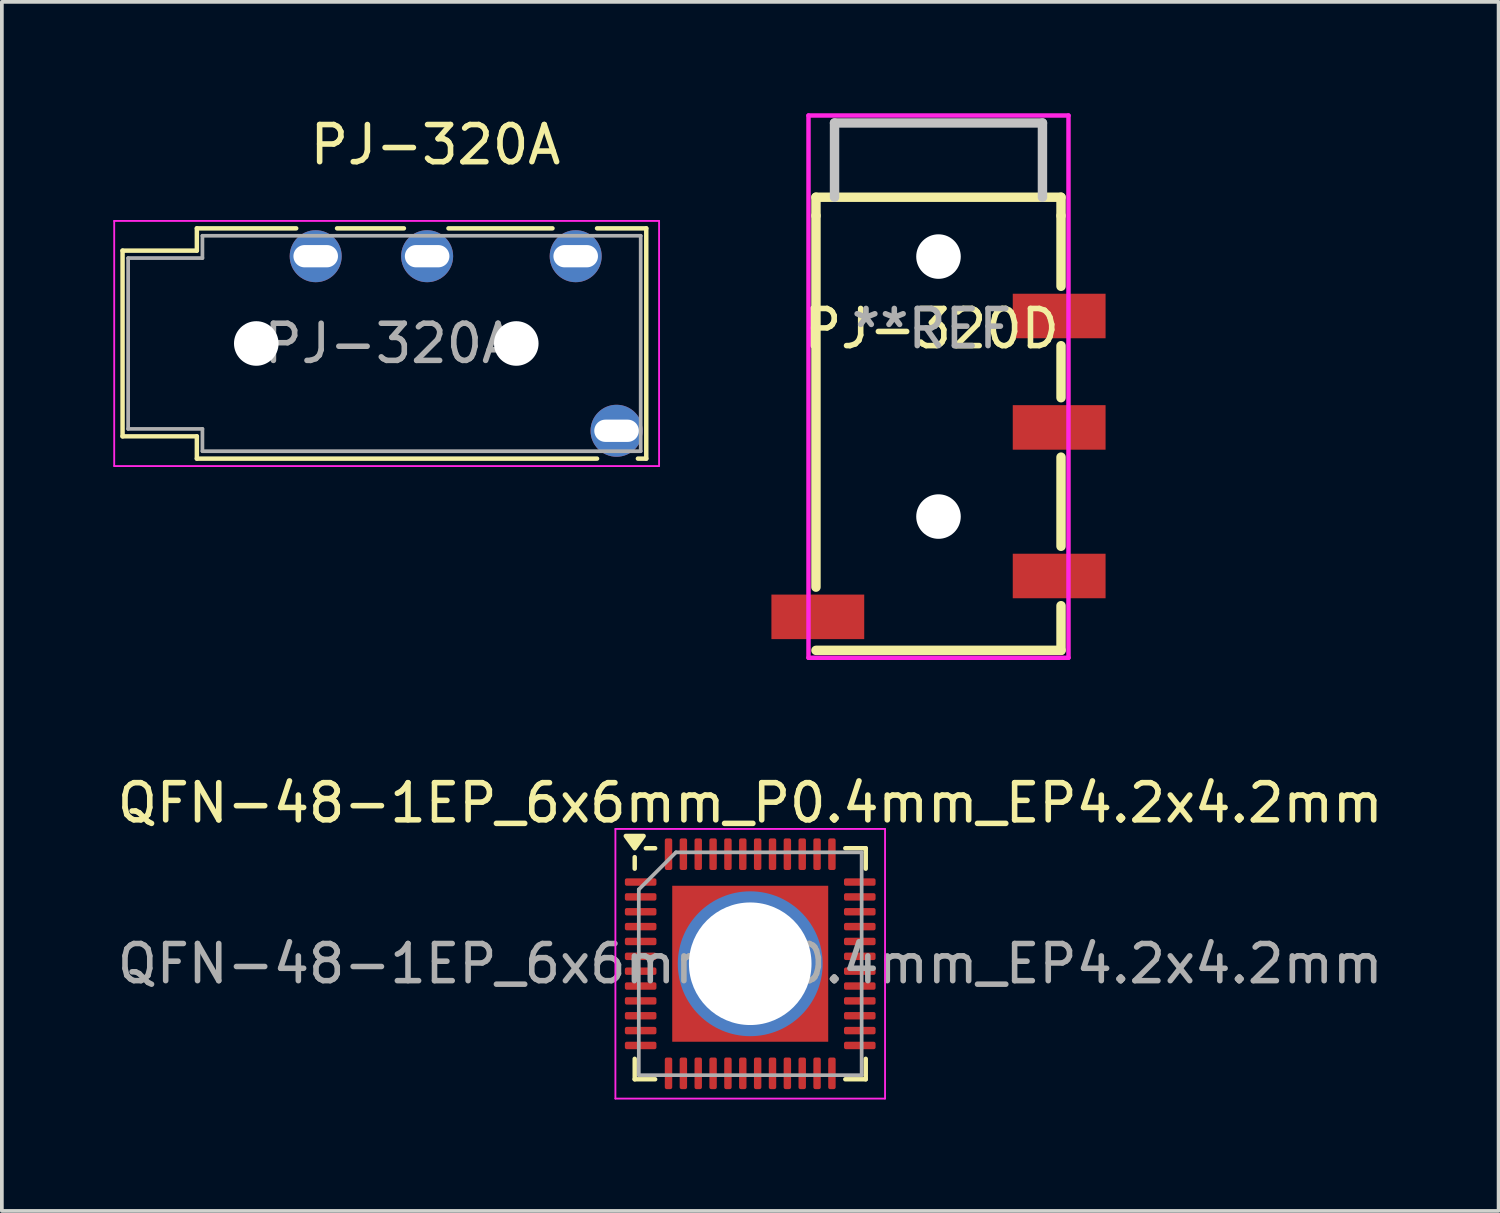
<source format=kicad_pcb>
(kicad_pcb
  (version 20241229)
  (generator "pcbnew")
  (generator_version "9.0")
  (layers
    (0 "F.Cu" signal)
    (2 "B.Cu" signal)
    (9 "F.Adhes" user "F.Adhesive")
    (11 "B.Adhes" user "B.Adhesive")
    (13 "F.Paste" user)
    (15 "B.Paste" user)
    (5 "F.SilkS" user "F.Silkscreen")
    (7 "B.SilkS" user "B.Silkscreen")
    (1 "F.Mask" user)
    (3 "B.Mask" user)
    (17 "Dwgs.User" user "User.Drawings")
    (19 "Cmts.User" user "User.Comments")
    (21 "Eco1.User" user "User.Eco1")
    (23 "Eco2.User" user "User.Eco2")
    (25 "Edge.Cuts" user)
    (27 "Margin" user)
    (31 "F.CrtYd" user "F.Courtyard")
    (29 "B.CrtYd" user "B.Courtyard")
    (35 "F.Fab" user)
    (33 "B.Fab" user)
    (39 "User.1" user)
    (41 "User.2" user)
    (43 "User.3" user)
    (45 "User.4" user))
  (footprint "PJ-320A"
    (layer "F.Cu")
    (at 8.625 6.198)
    (property "Reference" "PJ-320A" (at 0.05 -5.35 0) (layer "F.SilkS") (effects (font (size 1 1) (thickness 0.15))))
    (attr smd)
    (fp_line (start -8.375 -2.5) (end -8.375 2.5) (stroke (width 0.12) (type solid)) (layer "F.SilkS"))
    (fp_line (start -6.375 -3.1) (end -6.375 -2.5) (stroke (width 0.12) (type solid)) (layer "F.SilkS"))
    (fp_line (start -6.375 -3.1) (end -3.7 -3.1) (stroke (width 0.12) (type solid)) (layer "F.SilkS"))
    (fp_line (start -6.375 -2.5) (end -8.375 -2.5) (stroke (width 0.12) (type solid)) (layer "F.SilkS"))
    (fp_line (start -6.375 2.5) (end -8.375 2.5) (stroke (width 0.12) (type solid)) (layer "F.SilkS"))
    (fp_line (start -6.375 2.5) (end -6.375 3.1) (stroke (width 0.12) (type solid)) (layer "F.SilkS"))
    (fp_line (start -2.6 -3.1) (end -0.8 -3.1) (stroke (width 0.12) (type solid)) (layer "F.SilkS"))
    (fp_line (start 0.4 -3.1) (end 3.2 -3.1) (stroke (width 0.12) (type solid)) (layer "F.SilkS"))
    (fp_line (start 4.4 -3.1) (end 5.725 -3.1) (stroke (width 0.12) (type solid)) (layer "F.SilkS"))
    (fp_line (start 4.4 3.1) (end -6.375 3.1) (stroke (width 0.12) (type solid)) (layer "F.SilkS"))
    (fp_line (start 5.725 3.1) (end 5.5 3.1) (stroke (width 0.12) (type solid)) (layer "F.SilkS"))
    (fp_line (start 5.725 3.1) (end 5.725 -3.1) (stroke (width 0.12) (type solid)) (layer "F.SilkS"))
    (fp_line (start -8.6 -3.3) (end 6.07 -3.3) (stroke (width 0.05) (type solid)) (layer "F.CrtYd"))
    (fp_line (start -8.6 3.3) (end -8.6 -3.3) (stroke (width 0.05) (type solid)) (layer "F.CrtYd"))
    (fp_line (start 6.07 3.3) (end -8.6 3.3) (stroke (width 0.05) (type solid)) (layer "F.CrtYd"))
    (fp_line (start 6.07 3.3) (end 6.07 -3.3) (stroke (width 0.05) (type solid)) (layer "F.CrtYd"))
    (fp_line (start -8.225 -2.3) (end -6.225 -2.3) (stroke (width 0.1) (type solid)) (layer "F.Fab"))
    (fp_line (start -8.225 2.3) (end -8.225 -2.3) (stroke (width 0.1) (type solid)) (layer "F.Fab"))
    (fp_line (start -6.225 -2.9) (end 5.575 -2.9) (stroke (width 0.1) (type solid)) (layer "F.Fab"))
    (fp_line (start -6.225 -2.3) (end -6.225 -2.9) (stroke (width 0.1) (type solid)) (layer "F.Fab"))
    (fp_line (start -6.225 2.3) (end -8.225 2.3) (stroke (width 0.1) (type solid)) (layer "F.Fab"))
    (fp_line (start -6.225 2.9) (end -6.225 2.3) (stroke (width 0.1) (type solid)) (layer "F.Fab"))
    (fp_line (start 5.575 -2.9) (end 5.575 2.9) (stroke (width 0.1) (type solid)) (layer "F.Fab"))
    (fp_line (start 5.575 2.9) (end -6.225 2.9) (stroke (width 0.1) (type solid)) (layer "F.Fab"))
    (fp_text user "${REFERENCE}" (at -1.195 0 0) (layer "F.Fab") (effects (font (size 1 1) (thickness 0.15))))
    (pad "" np_thru_hole circle (at -4.775 0) (size 1.2 1.2) (drill 1.2) (layers "*.Cu" "*.Mask"))
    (pad "" np_thru_hole circle (at 2.225 0) (size 1.2 1.2) (drill 1.2) (layers "*.Cu" "*.Mask"))
    (pad "R1" thru_hole circle (at -0.175 -2.35) (size 1.4 1.4) (drill oval 1.2 0.6) (layers "*.Cu" "*.Mask"))
    (pad "R2" thru_hole circle (at -3.175 -2.35) (size 1.4 1.4) (drill oval 1.2 0.6) (layers "*.Cu" "*.Mask"))
    (pad "S" thru_hole circle (at 4.925 2.35) (size 1.4 1.4) (drill oval 1.2 0.6) (layers "*.Cu" "*.Mask"))
    (pad "T" thru_hole circle (at 3.825 -2.35) (size 1.4 1.4) (drill oval 1.2 0.6) (layers "*.Cu" "*.Mask")))
  (footprint "PJ-320D"
    (layer "F.Cu")
    (at 22.218 7.358)
    (property "Reference" "PJ-320D" (at -0.19 -1.558 180) (layer "F.SilkS") (effects (font (size 1 1) (thickness 0.15))))
    (attr smd)
    (fp_line (start -3.299 -5.098) (end -3.299 -4.6) (stroke (width 0.254) (type solid)) (layer "F.SilkS"))
    (fp_line (start -3.299 -4.6) (end -3.299 5.4) (stroke (width 0.254) (type solid)) (layer "F.SilkS"))
    (fp_line (start -2.799 -5.098) (end -3.299 -5.098) (stroke (width 0.254) (type solid)) (layer "F.SilkS"))
    (fp_line (start 2.799 -5.098) (end -2.799 -5.098) (stroke (width 0.254) (type solid)) (layer "F.SilkS"))
    (fp_line (start 3.299 -5.098) (end 2.799 -5.098) (stroke (width 0.254) (type solid)) (layer "F.SilkS"))
    (fp_line (start 3.299 -4.6) (end 3.299 -5.098) (stroke (width 0.254) (type solid)) (layer "F.SilkS"))
    (fp_line (start 3.299 -4.6) (end 3.299 -2.7) (stroke (width 0.254) (type solid)) (layer "F.SilkS"))
    (fp_line (start 3.299 -1.1) (end 3.299 0.3) (stroke (width 0.254) (type solid)) (layer "F.SilkS"))
    (fp_line (start 3.299 1.9) (end 3.299 4.3) (stroke (width 0.254) (type solid)) (layer "F.SilkS"))
    (fp_line (start 3.299 7.102) (end -3.299 7.102) (stroke (width 0.254) (type solid)) (layer "F.SilkS"))
    (fp_line (start 3.299 7.102) (end 3.299 5.9) (stroke (width 0.254) (type solid)) (layer "F.SilkS"))
    (fp_line (start -2.799 -7.097) (end -2.799 -5.098) (stroke (width 0.254) (type solid)) (layer "Dwgs.User"))
    (fp_line (start 2.799 -7.097) (end -2.799 -7.097) (stroke (width 0.254) (type solid)) (layer "Dwgs.User"))
    (fp_line (start 2.799 -5.098) (end 2.799 -7.097) (stroke (width 0.254) (type solid)) (layer "Dwgs.User"))
    (fp_line (start -3.5 -7.298) (end 3.5 -7.298) (stroke (width 0.12) (type solid)) (layer "F.CrtYd"))
    (fp_line (start -3.5 7.302) (end -3.5 -7.298) (stroke (width 0.12) (type solid)) (layer "F.CrtYd"))
    (fp_line (start 3.5 -7.298) (end 3.5 7.302) (stroke (width 0.12) (type solid)) (layer "F.CrtYd"))
    (fp_line (start 3.5 7.302) (end -3.5 7.302) (stroke (width 0.12) (type solid)) (layer "F.CrtYd"))
    (fp_text user "**REF" (at -0.19 -1.558 180) (layer "F.Fab") (effects (font (size 1 1) (thickness 0.15))))
    (pad "" np_thru_hole circle (at 0 -3.5 270) (size 1.199 1.199) (drill 1.199) (layers "*.Cu" "*.Mask"))
    (pad "" np_thru_hole circle (at 0 3.5 270) (size 1.199 1.199) (drill 1.199) (layers "*.Cu" "*.Mask"))
    (pad "R1" smd rect (at 3.249 1.1 270) (size 1.199 2.499) (layers "F.Cu" "F.Mask" "F.Paste"))
    (pad "R2" smd rect (at -3.249 6.2 270) (size 1.199 2.499) (layers "F.Cu" "F.Mask" "F.Paste"))
    (pad "S" smd rect (at 3.249 -1.9 90) (size 1.199 2.499) (layers "F.Cu" "F.Mask" "F.Paste"))
    (pad "T" smd rect (at 3.249 5.1 270) (size 1.199 2.499) (layers "F.Cu" "F.Mask" "F.Paste")))
  (footprint "QFN-48-1EP_6x6mm_P0.4mm_EP4.2x4.2mm"
    (layer "F.Cu")
    (at 17.149 22.898)
    (property "Reference" "QFN-48-1EP_6x6mm_P0.4mm_EP4.2x4.2mm" (at 0 -4.33 0) (layer "F.SilkS") (effects (font (size 1 1) (thickness 0.15))))
    (attr smd)
    (fp_line (start -3.11 -2.56) (end -3.11 -2.87) (stroke (width 0.12) (type solid)) (layer "F.SilkS"))
    (fp_line (start -3.11 3.11) (end -3.11 2.56) (stroke (width 0.12) (type solid)) (layer "F.SilkS"))
    (fp_line (start -2.56 -3.11) (end -2.81 -3.11) (stroke (width 0.12) (type solid)) (layer "F.SilkS"))
    (fp_line (start -2.56 3.11) (end -3.11 3.11) (stroke (width 0.12) (type solid)) (layer "F.SilkS"))
    (fp_line (start 2.56 -3.11) (end 3.11 -3.11) (stroke (width 0.12) (type solid)) (layer "F.SilkS"))
    (fp_line (start 2.56 3.11) (end 3.11 3.11) (stroke (width 0.12) (type solid)) (layer "F.SilkS"))
    (fp_line (start 3.11 -3.11) (end 3.11 -2.56) (stroke (width 0.12) (type solid)) (layer "F.SilkS"))
    (fp_line (start 3.11 3.11) (end 3.11 2.56) (stroke (width 0.12) (type solid)) (layer "F.SilkS"))
    (fp_poly (pts (xy -3.11 -3.11) (xy -3.35 -3.44) (xy -2.87 -3.44) (xy -3.11 -3.11)) (stroke (width 0.12) (type solid)) (fill yes) (layer "F.SilkS"))
    (fp_line (start -3.63 -3.63) (end -3.63 3.63) (stroke (width 0.05) (type solid)) (layer "F.CrtYd"))
    (fp_line (start -3.63 3.63) (end 3.63 3.63) (stroke (width 0.05) (type solid)) (layer "F.CrtYd"))
    (fp_line (start 3.63 -3.63) (end -3.63 -3.63) (stroke (width 0.05) (type solid)) (layer "F.CrtYd"))
    (fp_line (start 3.63 3.63) (end 3.63 -3.63) (stroke (width 0.05) (type solid)) (layer "F.CrtYd"))
    (fp_line (start -3 -2) (end -2 -3) (stroke (width 0.1) (type solid)) (layer "F.Fab"))
    (fp_line (start -3 3) (end -3 -2) (stroke (width 0.1) (type solid)) (layer "F.Fab"))
    (fp_line (start -2 -3) (end 3 -3) (stroke (width 0.1) (type solid)) (layer "F.Fab"))
    (fp_line (start 3 -3) (end 3 3) (stroke (width 0.1) (type solid)) (layer "F.Fab"))
    (fp_line (start 3 3) (end -3 3) (stroke (width 0.1) (type solid)) (layer "F.Fab"))
    (fp_text user "${REFERENCE}" (at 0 0 0) (layer "F.Fab") (effects (font (size 1 1) (thickness 0.15))))
    (pad "1" smd roundrect (at -2.95 -2.2) (size 0.85 0.2) (layers "F.Cu" "F.Mask" "F.Paste") (roundrect_rratio 0.25))
    (pad "2" smd roundrect (at -2.95 -1.8) (size 0.85 0.2) (layers "F.Cu" "F.Mask" "F.Paste") (roundrect_rratio 0.25))
    (pad "3" smd roundrect (at -2.95 -1.4) (size 0.85 0.2) (layers "F.Cu" "F.Mask" "F.Paste") (roundrect_rratio 0.25))
    (pad "4" smd roundrect (at -2.95 -1) (size 0.85 0.2) (layers "F.Cu" "F.Mask" "F.Paste") (roundrect_rratio 0.25))
    (pad "5" smd roundrect (at -2.95 -0.6) (size 0.85 0.2) (layers "F.Cu" "F.Mask" "F.Paste") (roundrect_rratio 0.25))
    (pad "6" smd roundrect (at -2.95 -0.2) (size 0.85 0.2) (layers "F.Cu" "F.Mask" "F.Paste") (roundrect_rratio 0.25))
    (pad "7" smd roundrect (at -2.95 0.2) (size 0.85 0.2) (layers "F.Cu" "F.Mask" "F.Paste") (roundrect_rratio 0.25))
    (pad "8" smd roundrect (at -2.95 0.6) (size 0.85 0.2) (layers "F.Cu" "F.Mask" "F.Paste") (roundrect_rratio 0.25))
    (pad "9" smd roundrect (at -2.95 1) (size 0.85 0.2) (layers "F.Cu" "F.Mask" "F.Paste") (roundrect_rratio 0.25))
    (pad "10" smd roundrect (at -2.95 1.4) (size 0.85 0.2) (layers "F.Cu" "F.Mask" "F.Paste") (roundrect_rratio 0.25))
    (pad "11" smd roundrect (at -2.95 1.8) (size 0.85 0.2) (layers "F.Cu" "F.Mask" "F.Paste") (roundrect_rratio 0.25))
    (pad "12" smd roundrect (at -2.95 2.2) (size 0.85 0.2) (layers "F.Cu" "F.Mask" "F.Paste") (roundrect_rratio 0.25))
    (pad "13" smd roundrect (at -2.2 2.95) (size 0.2 0.85) (layers "F.Cu" "F.Mask" "F.Paste") (roundrect_rratio 0.25))
    (pad "14" smd roundrect (at -1.8 2.95) (size 0.2 0.85) (layers "F.Cu" "F.Mask" "F.Paste") (roundrect_rratio 0.25))
    (pad "15" smd roundrect (at -1.4 2.95) (size 0.2 0.85) (layers "F.Cu" "F.Mask" "F.Paste") (roundrect_rratio 0.25))
    (pad "16" smd roundrect (at -1 2.95) (size 0.2 0.85) (layers "F.Cu" "F.Mask" "F.Paste") (roundrect_rratio 0.25))
    (pad "17" smd roundrect (at -0.6 2.95) (size 0.2 0.85) (layers "F.Cu" "F.Mask" "F.Paste") (roundrect_rratio 0.25))
    (pad "18" smd roundrect (at -0.2 2.95) (size 0.2 0.85) (layers "F.Cu" "F.Mask" "F.Paste") (roundrect_rratio 0.25))
    (pad "19" smd roundrect (at 0.2 2.95) (size 0.2 0.85) (layers "F.Cu" "F.Mask" "F.Paste") (roundrect_rratio 0.25))
    (pad "20" smd roundrect (at 0.6 2.95) (size 0.2 0.85) (layers "F.Cu" "F.Mask" "F.Paste") (roundrect_rratio 0.25))
    (pad "21" smd roundrect (at 1 2.95) (size 0.2 0.85) (layers "F.Cu" "F.Mask" "F.Paste") (roundrect_rratio 0.25))
    (pad "22" smd roundrect (at 1.4 2.95) (size 0.2 0.85) (layers "F.Cu" "F.Mask" "F.Paste") (roundrect_rratio 0.25))
    (pad "23" smd roundrect (at 1.8 2.95) (size 0.2 0.85) (layers "F.Cu" "F.Mask" "F.Paste") (roundrect_rratio 0.25))
    (pad "24" smd roundrect (at 2.2 2.95) (size 0.2 0.85) (layers "F.Cu" "F.Mask" "F.Paste") (roundrect_rratio 0.25))
    (pad "25" smd roundrect (at 2.95 2.2) (size 0.85 0.2) (layers "F.Cu" "F.Mask" "F.Paste") (roundrect_rratio 0.25))
    (pad "26" smd roundrect (at 2.95 1.8) (size 0.85 0.2) (layers "F.Cu" "F.Mask" "F.Paste") (roundrect_rratio 0.25))
    (pad "27" smd roundrect (at 2.95 1.4) (size 0.85 0.2) (layers "F.Cu" "F.Mask" "F.Paste") (roundrect_rratio 0.25))
    (pad "28" smd roundrect (at 2.95 1) (size 0.85 0.2) (layers "F.Cu" "F.Mask" "F.Paste") (roundrect_rratio 0.25))
    (pad "29" smd roundrect (at 2.95 0.6) (size 0.85 0.2) (layers "F.Cu" "F.Mask" "F.Paste") (roundrect_rratio 0.25))
    (pad "30" smd roundrect (at 2.95 0.2) (size 0.85 0.2) (layers "F.Cu" "F.Mask" "F.Paste") (roundrect_rratio 0.25))
    (pad "31" smd roundrect (at 2.95 -0.2) (size 0.85 0.2) (layers "F.Cu" "F.Mask" "F.Paste") (roundrect_rratio 0.25))
    (pad "32" smd roundrect (at 2.95 -0.6) (size 0.85 0.2) (layers "F.Cu" "F.Mask" "F.Paste") (roundrect_rratio 0.25))
    (pad "33" smd roundrect (at 2.95 -1) (size 0.85 0.2) (layers "F.Cu" "F.Mask" "F.Paste") (roundrect_rratio 0.25))
    (pad "34" smd roundrect (at 2.95 -1.4) (size 0.85 0.2) (layers "F.Cu" "F.Mask" "F.Paste") (roundrect_rratio 0.25))
    (pad "35" smd roundrect (at 2.95 -1.8) (size 0.85 0.2) (layers "F.Cu" "F.Mask" "F.Paste") (roundrect_rratio 0.25))
    (pad "36" smd roundrect (at 2.95 -2.2) (size 0.85 0.2) (layers "F.Cu" "F.Mask" "F.Paste") (roundrect_rratio 0.25))
    (pad "37" smd roundrect (at 2.2 -2.95) (size 0.2 0.85) (layers "F.Cu" "F.Mask" "F.Paste") (roundrect_rratio 0.25))
    (pad "38" smd roundrect (at 1.8 -2.95) (size 0.2 0.85) (layers "F.Cu" "F.Mask" "F.Paste") (roundrect_rratio 0.25))
    (pad "39" smd roundrect (at 1.4 -2.95) (size 0.2 0.85) (layers "F.Cu" "F.Mask" "F.Paste") (roundrect_rratio 0.25))
    (pad "40" smd roundrect (at 1 -2.95) (size 0.2 0.85) (layers "F.Cu" "F.Mask" "F.Paste") (roundrect_rratio 0.25))
    (pad "41" smd roundrect (at 0.6 -2.95) (size 0.2 0.85) (layers "F.Cu" "F.Mask" "F.Paste") (roundrect_rratio 0.25))
    (pad "42" smd roundrect (at 0.2 -2.95) (size 0.2 0.85) (layers "F.Cu" "F.Mask" "F.Paste") (roundrect_rratio 0.25))
    (pad "43" smd roundrect (at -0.2 -2.95) (size 0.2 0.85) (layers "F.Cu" "F.Mask" "F.Paste") (roundrect_rratio 0.25))
    (pad "44" smd roundrect (at -0.6 -2.95) (size 0.2 0.85) (layers "F.Cu" "F.Mask" "F.Paste") (roundrect_rratio 0.25))
    (pad "45" smd roundrect (at -1 -2.95) (size 0.2 0.85) (layers "F.Cu" "F.Mask" "F.Paste") (roundrect_rratio 0.25))
    (pad "46" smd roundrect (at -1.4 -2.95) (size 0.2 0.85) (layers "F.Cu" "F.Mask" "F.Paste") (roundrect_rratio 0.25))
    (pad "47" smd roundrect (at -1.8 -2.95) (size 0.2 0.85) (layers "F.Cu" "F.Mask" "F.Paste") (roundrect_rratio 0.25))
    (pad "48" smd roundrect (at -2.2 -2.95) (size 0.2 0.85) (layers "F.Cu" "F.Mask" "F.Paste") (roundrect_rratio 0.25))
    (pad "49" thru_hole circle (at 0 0) (size 3.9 3.9) (drill 3.3) (layers "*.Cu" "*.Mask"))
    (pad "49" smd rect (at 0 0) (size 4.2 4.2) (property pad_prop_heatsink) (layers "F.Cu" "F.Mask")))
  (gr_rect
    (start -3 -3)
    (end 37.298 29.553)
    (stroke (width 0.1) (type default))
    (fill no)
    (layer "Edge.Cuts")))
</source>
